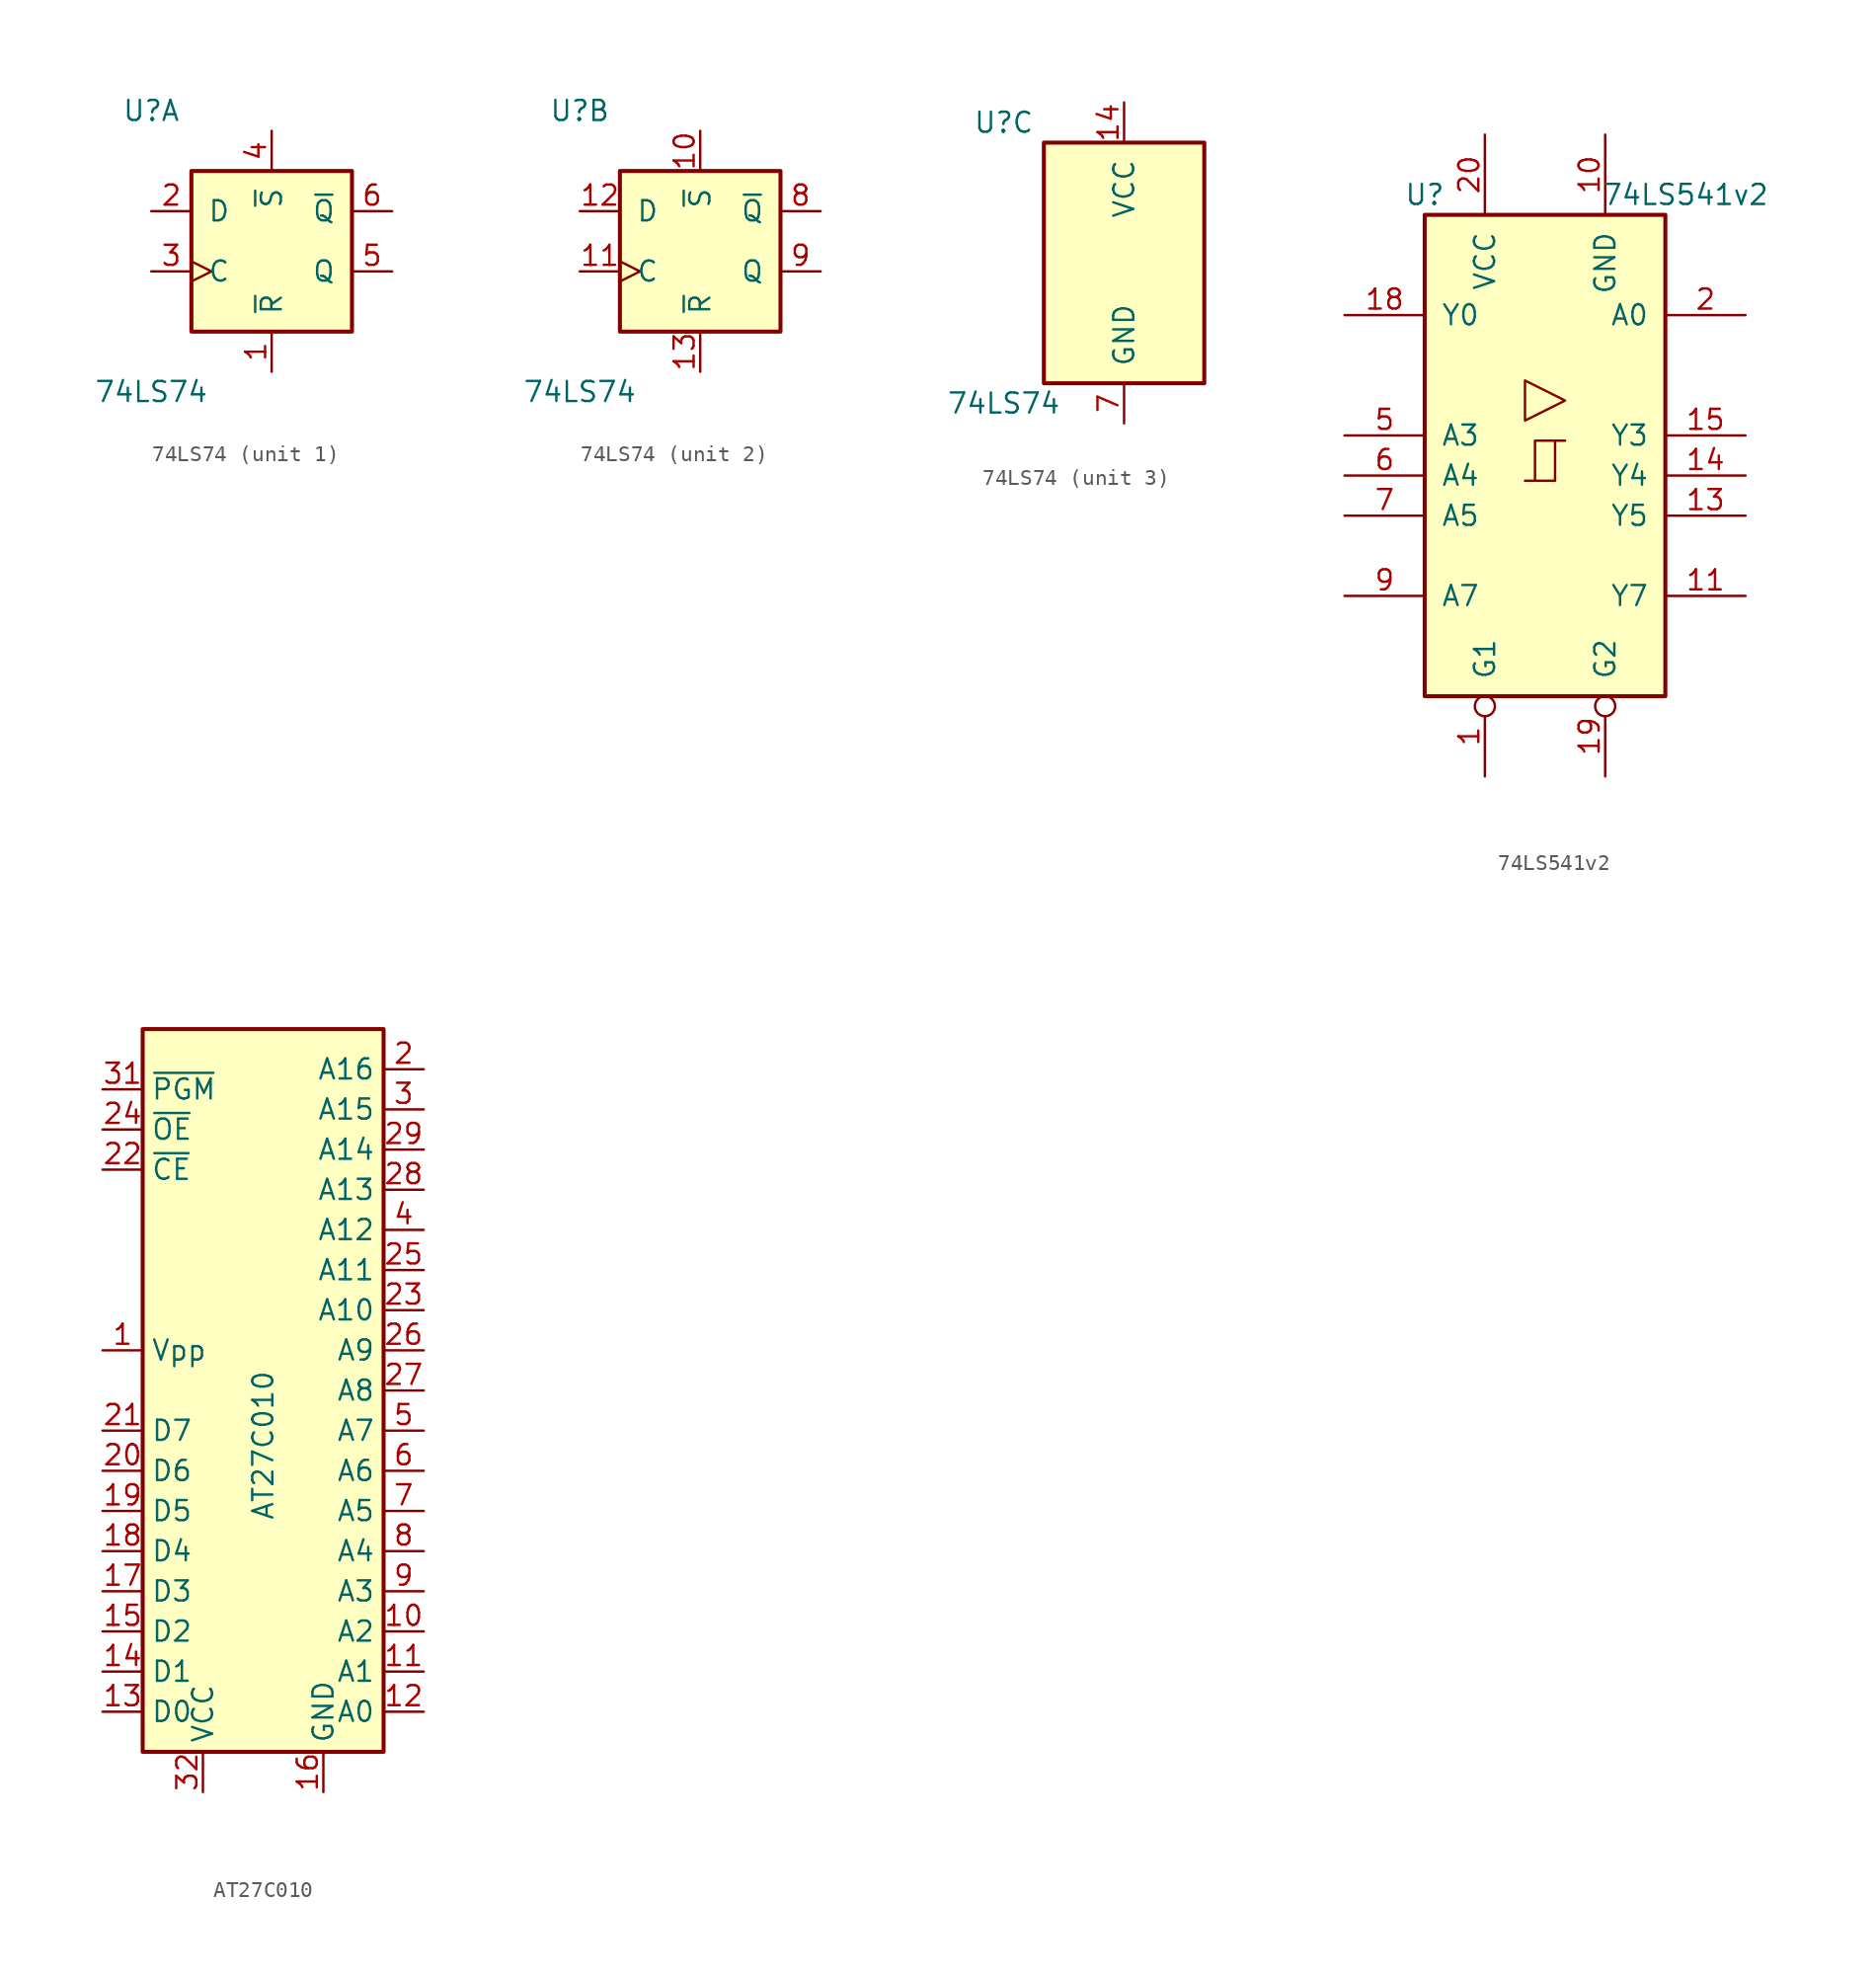
<source format=kicad_sym>
(kicad_symbol_lib
  (version 20241209)
  (generator "kicad_symbol_editor")
  (generator_version "9.0")
  (symbol "74LS74"
    (pin_names
      (offset 1.016))
    (property "Reference" "U"
      (at -7.62 8.89 0)
      (effects (font (size 1.27 1.27))))
    (property "Value" "74LS74"
      (at -7.62 -8.89 0)
      (effects (font (size 1.27 1.27))))
    (property "ki_locked" ""
      (at 0 0 0)
      (effects (font (size 1.27 1.27))))
    (symbol "74LS74_1_0"
      (pin input line (at -7.62 2.54 0) (length 2.54) (name "D" (effects (font (size 1.27 1.27)))) (number "2" (effects (font (size 1.27 1.27)))))
      (pin input clock (at -7.62 -1.27 0) (length 2.54) (name "C" (effects (font (size 1.27 1.27)))) (number "3" (effects (font (size 1.27 1.27)))))
      (pin input line (at 0 7.62 270) (length 2.54) (name "~{S}" (effects (font (size 1.27 1.27)))) (number "4" (effects (font (size 1.27 1.27)))))
      (pin input line (at 0 -7.62 90) (length 2.54) (name "~{R}" (effects (font (size 1.27 1.27)))) (number "1" (effects (font (size 1.27 1.27)))))
      (pin output line (at 7.62 2.54 180) (length 2.54) (name "~{Q}" (effects (font (size 1.27 1.27)))) (number "6" (effects (font (size 1.27 1.27)))))
      (pin output line (at 7.62 -1.27 180) (length 2.54) (name "Q" (effects (font (size 1.27 1.27)))) (number "5" (effects (font (size 1.27 1.27))))))
    (symbol "74LS74_1_1"
      (rectangle (start -5.08 5.08) (end 5.08 -5.08) (stroke (width 0.254) (type default)) (fill (type background))))
    (symbol "74LS74_2_0"
      (pin input line (at -7.62 2.54 0) (length 2.54) (name "D" (effects (font (size 1.27 1.27)))) (number "12" (effects (font (size 1.27 1.27)))))
      (pin input clock (at -7.62 -1.27 0) (length 2.54) (name "C" (effects (font (size 1.27 1.27)))) (number "11" (effects (font (size 1.27 1.27)))))
      (pin input line (at 0 7.62 270) (length 2.54) (name "~{S}" (effects (font (size 1.27 1.27)))) (number "10" (effects (font (size 1.27 1.27)))))
      (pin input line (at 0 -7.62 90) (length 2.54) (name "~{R}" (effects (font (size 1.27 1.27)))) (number "13" (effects (font (size 1.27 1.27)))))
      (pin output line (at 7.62 2.54 180) (length 2.54) (name "~{Q}" (effects (font (size 1.27 1.27)))) (number "8" (effects (font (size 1.27 1.27)))))
      (pin output line (at 7.62 -1.27 180) (length 2.54) (name "Q" (effects (font (size 1.27 1.27)))) (number "9" (effects (font (size 1.27 1.27))))))
    (symbol "74LS74_2_1"
      (rectangle (start -5.08 5.08) (end 5.08 -5.08) (stroke (width 0.254) (type default)) (fill (type background))))
    (symbol "74LS74_3_0"
      (pin power_in line (at 0 10.16 270) (length 2.54) (name "VCC" (effects (font (size 1.27 1.27)))) (number "14" (effects (font (size 1.27 1.27)))))
      (pin power_in line (at 0 -10.16 90) (length 2.54) (name "GND" (effects (font (size 1.27 1.27)))) (number "7" (effects (font (size 1.27 1.27))))))
    (symbol "74LS74_3_1"
      (rectangle (start -5.08 7.62) (end 5.08 -7.62) (stroke (width 0.254) (type default)) (fill (type background)))))
  (symbol "74LS541v2"
    (pin_names
      (offset 1.016))
    (property "Reference" "U"
      (at -7.62 16.51 0)
      (effects (font (size 1.27 1.27))))
    (property "Value" "74LS541v2"
      (at 8.89 16.51 0)
      (effects (font (size 1.27 1.27))))
    (symbol "74LS541v2_1_0"
      (polyline (pts (xy -1.27 -1.6) (xy 0.635 -1.6) (xy 0.635 0.94) (xy 1.27 0.94)) (stroke (width 0) (type default)) (fill (type none)))
      (polyline (pts (xy -0.635 -1.6) (xy -0.635 0.94) (xy 0.635 0.94)) (stroke (width 0) (type default)) (fill (type none)))
      (polyline (pts (xy 1.27 3.48) (xy -1.27 4.75) (xy -1.27 2.21) (xy 1.27 3.48)) (stroke (width 0.152) (type default)) (fill (type none)))
      (pin tri_state line (at -12.7 8.89 0) (length 5.08) (name "Y0" (effects (font (size 1.27 1.27)))) (number "18" (effects (font (size 1.27 1.27)))))
      (pin input line (at -12.7 1.27 0) (length 5.08) (name "A3" (effects (font (size 1.27 1.27)))) (number "5" (effects (font (size 1.27 1.27)))))
      (pin input line (at -12.7 -1.27 0) (length 5.08) (name "A4" (effects (font (size 1.27 1.27)))) (number "6" (effects (font (size 1.27 1.27)))))
      (pin input line (at -12.7 -3.81 0) (length 5.08) (name "A5" (effects (font (size 1.27 1.27)))) (number "7" (effects (font (size 1.27 1.27)))))
      (pin input line (at -12.7 -8.89 0) (length 5.08) (name "A7" (effects (font (size 1.27 1.27)))) (number "9" (effects (font (size 1.27 1.27)))))
      (pin no_connect line (at -7.62 6.35 0) (length 5.08) (hide yes) (name "A1" (effects (font (size 1.27 1.27)))) (number "3" (effects (font (size 1.27 1.27)))))
      (pin no_connect line (at -7.62 3.81 0) (length 5.08) (hide yes) (name "A2" (effects (font (size 1.27 1.27)))) (number "4" (effects (font (size 1.27 1.27)))))
      (pin no_connect line (at -7.62 -6.35 0) (length 5.08) (hide yes) (name "A6" (effects (font (size 1.27 1.27)))) (number "8" (effects (font (size 1.27 1.27)))))
      (pin power_in line (at -3.81 20.32 270) (length 5.08) (name "VCC" (effects (font (size 1.27 1.27)))) (number "20" (effects (font (size 1.27 1.27)))))
      (pin input inverted (at -3.81 -20.32 90) (length 5.08) (name "G1" (effects (font (size 1.27 1.27)))) (number "1" (effects (font (size 1.27 1.27)))))
      (pin power_in line (at 3.81 20.32 270) (length 5.08) (name "GND" (effects (font (size 1.27 1.27)))) (number "10" (effects (font (size 1.27 1.27)))))
      (pin input inverted (at 3.81 -20.32 90) (length 5.08) (name "G2" (effects (font (size 1.27 1.27)))) (number "19" (effects (font (size 1.27 1.27)))))
      (pin no_connect line (at 7.62 6.35 180) (length 5.08) (hide yes) (name "Y1" (effects (font (size 1.27 1.27)))) (number "17" (effects (font (size 1.27 1.27)))))
      (pin no_connect line (at 7.62 3.81 180) (length 5.08) (hide yes) (name "Y2" (effects (font (size 1.27 1.27)))) (number "16" (effects (font (size 1.27 1.27)))))
      (pin no_connect line (at 7.62 -6.35 180) (length 5.08) (hide yes) (name "Y6" (effects (font (size 1.27 1.27)))) (number "12" (effects (font (size 1.27 1.27)))))
      (pin input line (at 12.7 8.89 180) (length 5.08) (name "A0" (effects (font (size 1.27 1.27)))) (number "2" (effects (font (size 1.27 1.27)))))
      (pin tri_state line (at 12.7 1.27 180) (length 5.08) (name "Y3" (effects (font (size 1.27 1.27)))) (number "15" (effects (font (size 1.27 1.27)))))
      (pin tri_state line (at 12.7 -1.27 180) (length 5.08) (name "Y4" (effects (font (size 1.27 1.27)))) (number "14" (effects (font (size 1.27 1.27)))))
      (pin tri_state line (at 12.7 -3.81 180) (length 5.08) (name "Y5" (effects (font (size 1.27 1.27)))) (number "13" (effects (font (size 1.27 1.27)))))
      (pin tri_state line (at 12.7 -8.89 180) (length 5.08) (name "Y7" (effects (font (size 1.27 1.27)))) (number "11" (effects (font (size 1.27 1.27))))))
    (symbol "74LS541v2_1_1"
      (rectangle (start -7.62 15.24) (end 7.62 -15.24) (stroke (width 0.254) (type default)) (fill (type background)))))
  (symbol "AT27C010"
    (property "Reference" "U?"
      (at -7.62 34.29 0)
      (effects (font (size 1.27 1.27)) (justify left) (hide yes)))
    (property "Value" "AT27C010"
      (at 0 1.905 90)
      (effects (font (size 1.27 1.27)) (justify left)))
    (symbol "AT27C010_1_1"
      (rectangle (start -7.62 33.02) (end 7.62 -12.7) (stroke (width 0.254) (type default)) (fill (type background)))
      (pin input line (at -10.16 29.21 0) (length 2.54) (name "~{PGM}" (effects (font (size 1.27 1.27)))) (number "31" (effects (font (size 1.27 1.27)))))
      (pin input line (at -10.16 26.67 0) (length 2.54) (name "~{OE}" (effects (font (size 1.27 1.27)))) (number "24" (effects (font (size 1.27 1.27)))))
      (pin input line (at -10.16 24.13 0) (length 2.54) (name "~{CE}" (effects (font (size 1.27 1.27)))) (number "22" (effects (font (size 1.27 1.27)))))
      (pin no_connect line (at -10.16 15.24 0) (length 2.54) (hide yes) (name "NC" (effects (font (size 1.27 1.27)))) (number "30" (effects (font (size 1.27 1.27)))))
      (pin input line (at -10.16 12.7 0) (length 2.54) (name "Vpp" (effects (font (size 1.27 1.27)))) (number "1" (effects (font (size 1.27 1.27)))))
      (pin tri_state line (at -10.16 7.62 0) (length 2.54) (name "D7" (effects (font (size 1.27 1.27)))) (number "21" (effects (font (size 1.27 1.27)))))
      (pin tri_state line (at -10.16 5.08 0) (length 2.54) (name "D6" (effects (font (size 1.27 1.27)))) (number "20" (effects (font (size 1.27 1.27)))))
      (pin tri_state line (at -10.16 2.54 0) (length 2.54) (name "D5" (effects (font (size 1.27 1.27)))) (number "19" (effects (font (size 1.27 1.27)))))
      (pin tri_state line (at -10.16 0 0) (length 2.54) (name "D4" (effects (font (size 1.27 1.27)))) (number "18" (effects (font (size 1.27 1.27)))))
      (pin tri_state line (at -10.16 -2.54 0) (length 2.54) (name "D3" (effects (font (size 1.27 1.27)))) (number "17" (effects (font (size 1.27 1.27)))))
      (pin tri_state line (at -10.16 -5.08 0) (length 2.54) (name "D2" (effects (font (size 1.27 1.27)))) (number "15" (effects (font (size 1.27 1.27)))))
      (pin tri_state line (at -10.16 -7.62 0) (length 2.54) (name "D1" (effects (font (size 1.27 1.27)))) (number "14" (effects (font (size 1.27 1.27)))))
      (pin tri_state line (at -10.16 -10.16 0) (length 2.54) (name "D0" (effects (font (size 1.27 1.27)))) (number "13" (effects (font (size 1.27 1.27)))))
      (pin power_in line (at -3.81 -15.24 90) (length 2.54) (name "VCC" (effects (font (size 1.27 1.27)))) (number "32" (effects (font (size 1.27 1.27)))))
      (pin power_in line (at 3.81 -15.24 90) (length 2.54) (name "GND" (effects (font (size 1.27 1.27)))) (number "16" (effects (font (size 1.27 1.27)))))
      (pin input line (at 10.16 30.48 180) (length 2.54) (name "A16" (effects (font (size 1.27 1.27)))) (number "2" (effects (font (size 1.27 1.27)))))
      (pin input line (at 10.16 27.94 180) (length 2.54) (name "A15" (effects (font (size 1.27 1.27)))) (number "3" (effects (font (size 1.27 1.27)))))
      (pin input line (at 10.16 25.4 180) (length 2.54) (name "A14" (effects (font (size 1.27 1.27)))) (number "29" (effects (font (size 1.27 1.27)))))
      (pin input line (at 10.16 22.86 180) (length 2.54) (name "A13" (effects (font (size 1.27 1.27)))) (number "28" (effects (font (size 1.27 1.27)))))
      (pin input line (at 10.16 20.32 180) (length 2.54) (name "A12" (effects (font (size 1.27 1.27)))) (number "4" (effects (font (size 1.27 1.27)))))
      (pin input line (at 10.16 17.78 180) (length 2.54) (name "A11" (effects (font (size 1.27 1.27)))) (number "25" (effects (font (size 1.27 1.27)))))
      (pin input line (at 10.16 15.24 180) (length 2.54) (name "A10" (effects (font (size 1.27 1.27)))) (number "23" (effects (font (size 1.27 1.27)))))
      (pin input line (at 10.16 12.7 180) (length 2.54) (name "A9" (effects (font (size 1.27 1.27)))) (number "26" (effects (font (size 1.27 1.27)))))
      (pin input line (at 10.16 10.16 180) (length 2.54) (name "A8" (effects (font (size 1.27 1.27)))) (number "27" (effects (font (size 1.27 1.27)))))
      (pin input line (at 10.16 7.62 180) (length 2.54) (name "A7" (effects (font (size 1.27 1.27)))) (number "5" (effects (font (size 1.27 1.27)))))
      (pin input line (at 10.16 5.08 180) (length 2.54) (name "A6" (effects (font (size 1.27 1.27)))) (number "6" (effects (font (size 1.27 1.27)))))
      (pin input line (at 10.16 2.54 180) (length 2.54) (name "A5" (effects (font (size 1.27 1.27)))) (number "7" (effects (font (size 1.27 1.27)))))
      (pin input line (at 10.16 0 180) (length 2.54) (name "A4" (effects (font (size 1.27 1.27)))) (number "8" (effects (font (size 1.27 1.27)))))
      (pin input line (at 10.16 -2.54 180) (length 2.54) (name "A3" (effects (font (size 1.27 1.27)))) (number "9" (effects (font (size 1.27 1.27)))))
      (pin input line (at 10.16 -5.08 180) (length 2.54) (name "A2" (effects (font (size 1.27 1.27)))) (number "10" (effects (font (size 1.27 1.27)))))
      (pin input line (at 10.16 -7.62 180) (length 2.54) (name "A1" (effects (font (size 1.27 1.27)))) (number "11" (effects (font (size 1.27 1.27)))))
      (pin input line (at 10.16 -10.16 180) (length 2.54) (name "A0" (effects (font (size 1.27 1.27)))) (number "12" (effects (font (size 1.27 1.27))))))))
</source>
